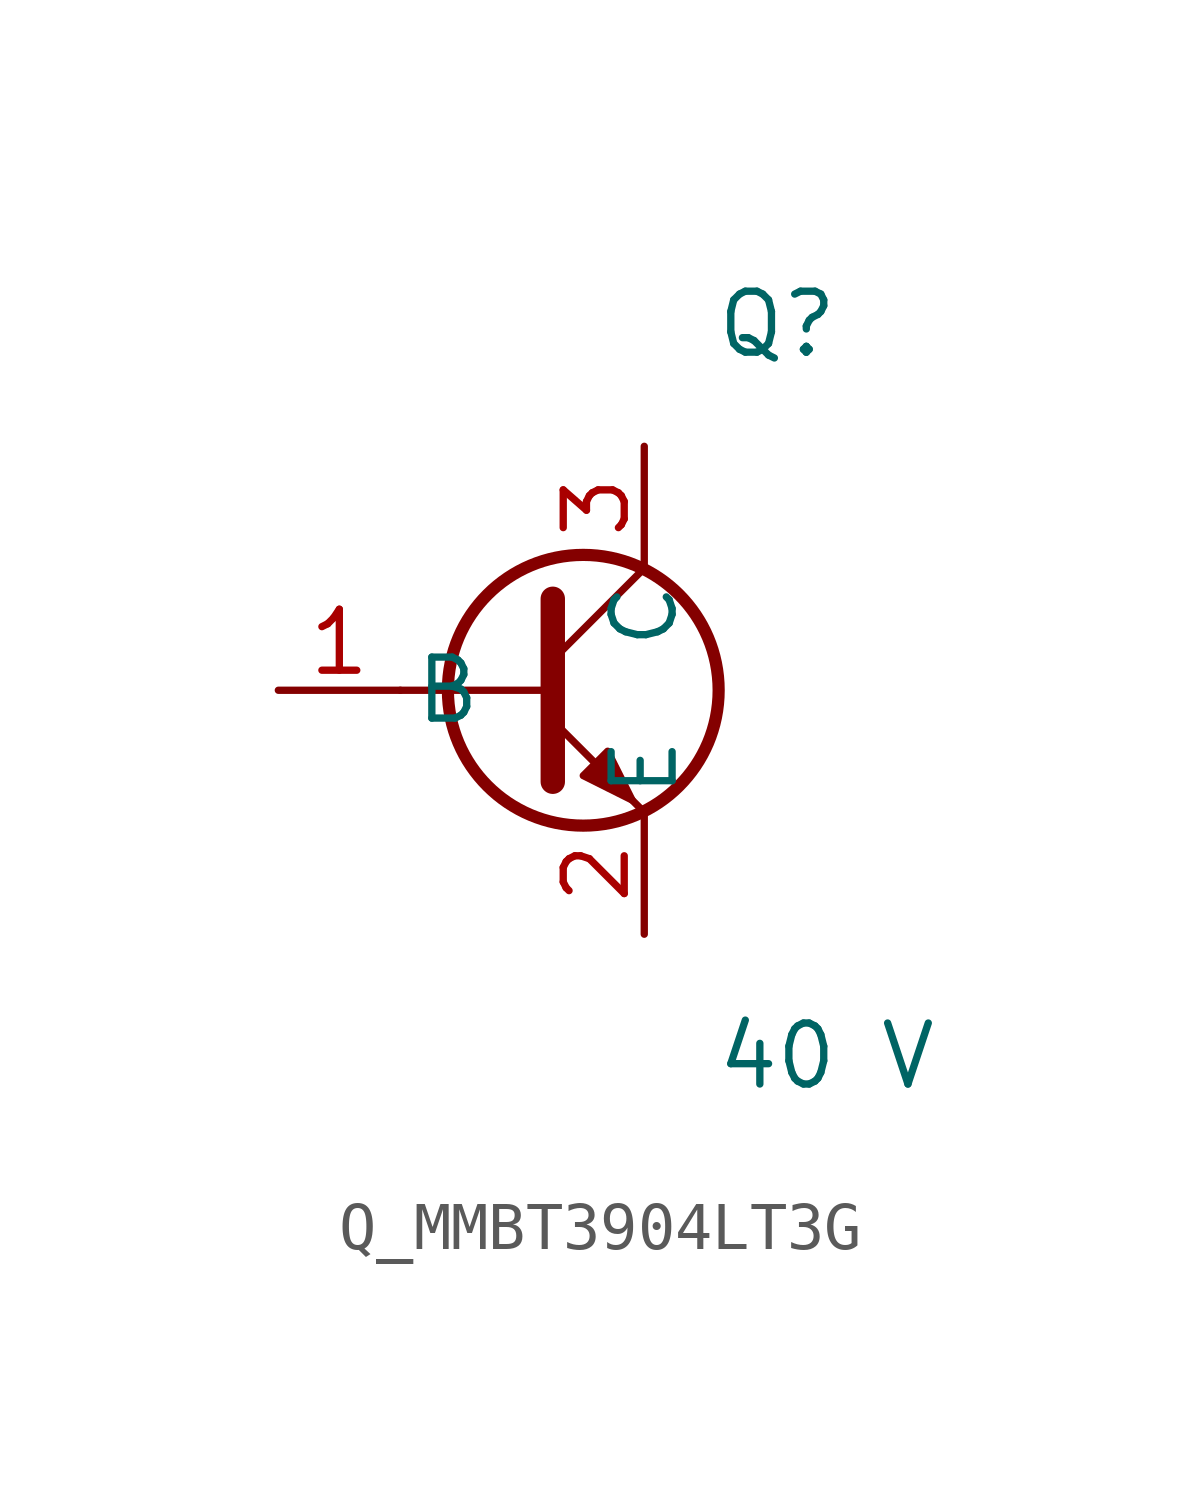
<source format=kicad_sym>
(kicad_symbol_lib
  (version 20231120)
  (generator kicad_symbol_editor)
  (generator_version 8.0)
  (symbol "Q_MMBT3904LT3G"
    (pin_names
      (offset 0.254))
    (property "Reference" "Q"
      (at 4 7.62 0)
      (effects (font (size 1.27 1.27)) (justify left)))
    (property "Value" "40 V"
      (at 4 -7.62 0)
      (effects (font (size 1.27 1.27)) (justify left)))
    (symbol "Q_MMBT3904LT3G_1_0"
      (polyline (pts (xy -2.54 0) (xy 0.635 0)) (stroke (width 0) (type default)) (fill (type none)))
      (polyline (pts (xy 0.635 1.905) (xy 0.635 -1.905)) (stroke (width 0.508) (type default)) (fill (type none)))
      (polyline (pts (xy 0.635 0.635) (xy 2.54 2.54)) (stroke (width 0) (type default)) (fill (type none)))
      (polyline (pts (xy 0.635 -0.635) (xy 2.54 -2.54)) (stroke (width 0) (type default)) (fill (type none)))
      (circle (center 1.27 0) (radius 2.819) (stroke (width 0.254) (type default)) (fill (type none)))
      (polyline (pts (xy 1.27 -1.778) (xy 1.778 -1.27) (xy 2.286 -2.286) (xy 1.27 -1.778)) (stroke (width 0) (type default)) (fill (type outline)))
      (pin passive line (at -5.08 0 0) (length 2.54) (name "B" (effects (font (size 1.27 1.27)))) (number "1" (effects (font (size 1.27 1.27)))))
      (pin passive line (at 2.54 5.08 270) (length 2.54) (name "C" (effects (font (size 1.27 1.27)))) (number "3" (effects (font (size 1.27 1.27)))))
      (pin passive line (at 2.54 -5.08 90) (length 2.54) (name "E" (effects (font (size 1.27 1.27)))) (number "2" (effects (font (size 1.27 1.27))))))))
</source>
